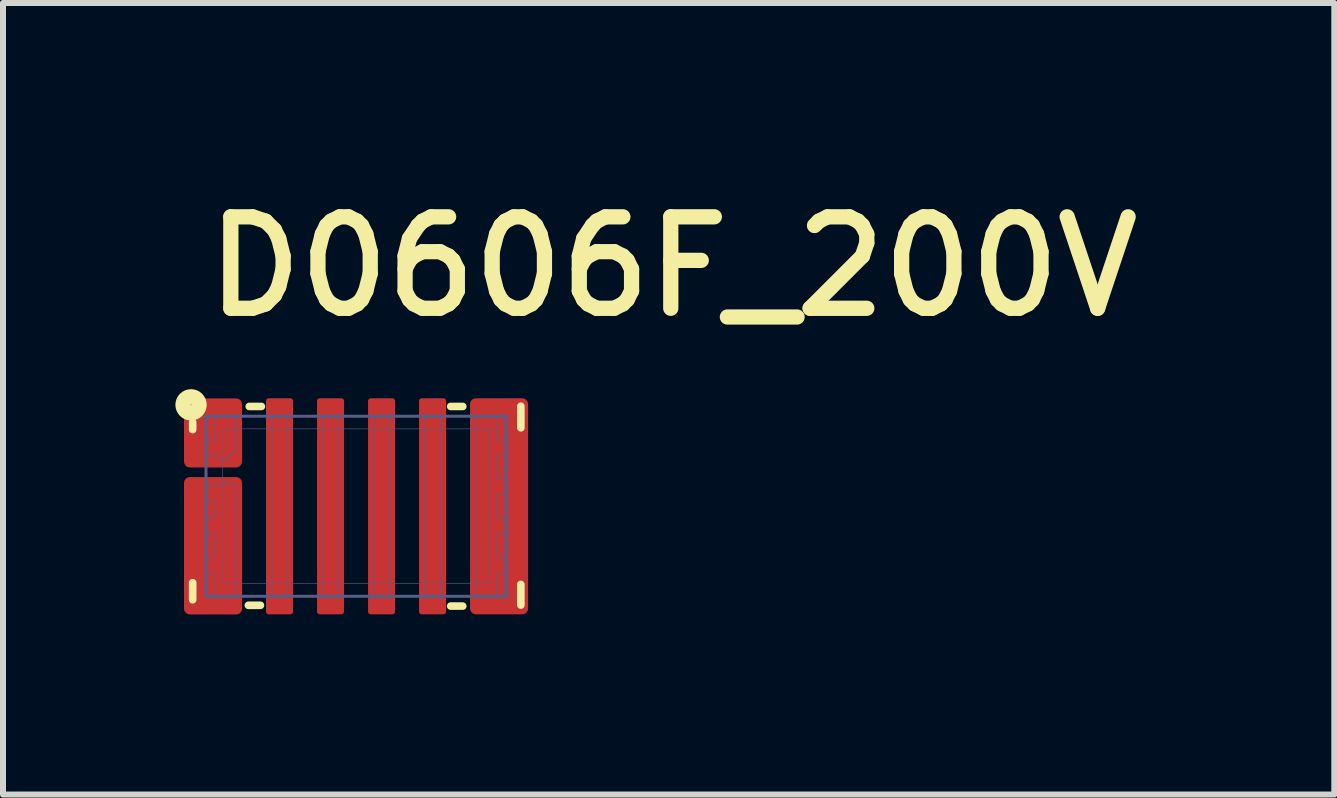
<source format=kicad_pcb>
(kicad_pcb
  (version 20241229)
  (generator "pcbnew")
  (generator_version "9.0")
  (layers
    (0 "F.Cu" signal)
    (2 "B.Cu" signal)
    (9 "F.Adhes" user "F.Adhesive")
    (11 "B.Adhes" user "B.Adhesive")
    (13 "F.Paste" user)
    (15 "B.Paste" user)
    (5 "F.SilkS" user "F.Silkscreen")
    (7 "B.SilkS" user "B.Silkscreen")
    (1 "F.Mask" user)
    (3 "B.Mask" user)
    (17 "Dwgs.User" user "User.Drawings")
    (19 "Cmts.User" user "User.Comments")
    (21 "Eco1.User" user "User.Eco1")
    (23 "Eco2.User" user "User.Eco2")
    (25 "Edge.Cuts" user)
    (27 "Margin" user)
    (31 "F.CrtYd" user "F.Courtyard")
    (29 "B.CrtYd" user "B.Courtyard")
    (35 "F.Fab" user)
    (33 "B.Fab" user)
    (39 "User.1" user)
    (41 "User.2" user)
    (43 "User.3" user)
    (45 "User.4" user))
  (footprint "D0606F_200V"
    (layer "F.Cu")
    (at 2.882 5.385)
    (property "Reference" "D0606F_200V" (at -2.616 -3.099 0) (unlocked yes) (layer "F.SilkS") (effects (font (size 1.524 1.524) (thickness 0.254)) (justify left bottom)))
    (attr smd)
    (fp_poly (pts (xy -2.655 -0.086) (xy -2.062 -0.086) (xy -2.062 -0.364) (xy -2.655 -0.364)) (stroke (width 0.092) (type solid)) (fill yes) (layer "F.Mask"))
    (fp_poly (pts (xy -2.654 -0.836) (xy -2.062 -0.836) (xy -2.062 -1.114) (xy -2.654 -1.114)) (stroke (width 0.092) (type solid)) (fill yes) (layer "F.Mask"))
    (fp_poly (pts (xy -2.654 0.464) (xy -2.062 0.464) (xy -2.062 0.186) (xy -2.654 0.186)) (stroke (width 0.092) (type solid)) (fill yes) (layer "F.Mask"))
    (fp_poly (pts (xy -2.654 1.114) (xy -2.062 1.114) (xy -2.062 0.836) (xy -2.654 0.836)) (stroke (width 0.092) (type solid)) (fill yes) (layer "F.Mask"))
    (fp_poly (pts (xy -2.065 -0.764) (xy -2.065 -1.65) (xy -2.361 -1.65) (xy -2.361 -0.764)) (stroke (width 0.098) (type solid)) (fill yes) (layer "F.Mask"))
    (fp_poly (pts (xy -2.065 1.651) (xy -2.065 -0.326) (xy -2.361 -0.326) (xy -2.361 1.651)) (stroke (width 0.098) (type solid)) (fill yes) (layer "F.Mask"))
    (fp_poly (pts (xy -1.163 1.663) (xy -1.163 -1.663) (xy -1.387 -1.663) (xy -1.387 1.663)) (stroke (width 0.074) (type solid)) (fill yes) (layer "F.Mask"))
    (fp_poly (pts (xy -0.313 1.663) (xy -0.313 -1.663) (xy -0.537 -1.663) (xy -0.537 1.663)) (stroke (width 0.074) (type solid)) (fill yes) (layer "F.Mask"))
    (fp_poly (pts (xy 0.537 1.663) (xy 0.537 -1.663) (xy 0.313 -1.663) (xy 0.313 1.663)) (stroke (width 0.074) (type solid)) (fill yes) (layer "F.Mask"))
    (fp_poly (pts (xy 1.387 1.663) (xy 1.387 -1.663) (xy 1.163 -1.663) (xy 1.163 1.663)) (stroke (width 0.074) (type solid)) (fill yes) (layer "F.Mask"))
    (fp_poly (pts (xy 2.361 1.651) (xy 2.361 -1.651) (xy 2.065 -1.651) (xy 2.065 1.651)) (stroke (width 0.099) (type solid)) (fill yes) (layer "F.Mask"))
    (fp_poly (pts (xy 2.654 -1.114) (xy 2.062 -1.114) (xy 2.062 -0.836) (xy 2.654 -0.836)) (stroke (width 0.092) (type solid)) (fill yes) (layer "F.Mask"))
    (fp_poly (pts (xy 2.654 -0.464) (xy 2.062 -0.464) (xy 2.062 -0.186) (xy 2.654 -0.186)) (stroke (width 0.092) (type solid)) (fill yes) (layer "F.Mask"))
    (fp_poly (pts (xy 2.654 0.186) (xy 2.062 0.186) (xy 2.062 0.464) (xy 2.654 0.464)) (stroke (width 0.092) (type solid)) (fill yes) (layer "F.Mask"))
    (fp_poly (pts (xy 2.654 0.836) (xy 2.062 0.836) (xy 2.062 1.114) (xy 2.654 1.114)) (stroke (width 0.092) (type solid)) (fill yes) (layer "F.Mask"))
    (fp_line (start -2.722 -1.399) (end -2.722 -1.277) (stroke (width 0.127) (type solid)) (layer "F.SilkS"))
    (fp_line (start -2.722 1.558) (end -2.722 1.273) (stroke (width 0.127) (type solid)) (layer "F.SilkS"))
    (fp_line (start -1.794 1.65) (end -1.593 1.65) (stroke (width 0.127) (type solid)) (layer "F.SilkS"))
    (fp_line (start -1.779 -1.663) (end -1.577 -1.663) (stroke (width 0.127) (type solid)) (layer "F.SilkS"))
    (fp_line (start 1.577 -1.663) (end 1.778 -1.663) (stroke (width 0.127) (type solid)) (layer "F.SilkS"))
    (fp_line (start 1.577 1.663) (end 1.778 1.663) (stroke (width 0.127) (type solid)) (layer "F.SilkS"))
    (fp_line (start 2.745 1.302) (end 2.746 1.646) (stroke (width 0.127) (type solid)) (layer "F.SilkS"))
    (fp_line (start 2.746 -1.307) (end 2.746 -1.667) (stroke (width 0.127) (type solid)) (layer "F.SilkS"))
    (fp_circle (center -2.749 -1.69) (end -2.749 -1.697) (stroke (width 0.254) (type solid)) (fill no) (layer "F.SilkS"))
    (fp_poly (pts (xy -2.14 1.355) (xy -2.14 -0.155) (xy -2.41 -0.155) (xy -2.41 1.355)) (stroke (width 0.27) (type solid)) (fill yes) (layer "F.Paste"))
    (fp_poly (pts (xy -2.125 -0.99) (xy -2.125 -1.41) (xy -2.425 -1.41) (xy -2.425 -0.99)) (stroke (width 0.3) (type solid)) (fill yes) (layer "F.Paste"))
    (fp_poly (pts (xy -1.21 -0.215) (xy -1.21 -1.485) (xy -1.34 -1.485) (xy -1.34 -0.215)) (stroke (width 0.13) (type solid)) (fill yes) (layer "F.Paste"))
    (fp_poly (pts (xy -1.21 1.485) (xy -1.21 0.215) (xy -1.34 0.215) (xy -1.34 1.485)) (stroke (width 0.13) (type solid)) (fill yes) (layer "F.Paste"))
    (fp_poly (pts (xy -0.36 -0.215) (xy -0.36 -1.485) (xy -0.49 -1.485) (xy -0.49 -0.215)) (stroke (width 0.13) (type solid)) (fill yes) (layer "F.Paste"))
    (fp_poly (pts (xy -0.36 1.485) (xy -0.36 0.215) (xy -0.49 0.215) (xy -0.49 1.485)) (stroke (width 0.13) (type solid)) (fill yes) (layer "F.Paste"))
    (fp_poly (pts (xy 0.36 -1.485) (xy 0.36 -0.215) (xy 0.49 -0.215) (xy 0.49 -1.485)) (stroke (width 0.13) (type solid)) (fill yes) (layer "F.Paste"))
    (fp_poly (pts (xy 0.36 0.215) (xy 0.36 1.485) (xy 0.49 1.485) (xy 0.49 0.215)) (stroke (width 0.13) (type solid)) (fill yes) (layer "F.Paste"))
    (fp_poly (pts (xy 1.21 -1.485) (xy 1.21 -0.215) (xy 1.34 -0.215) (xy 1.34 -1.485)) (stroke (width 0.13) (type solid)) (fill yes) (layer "F.Paste"))
    (fp_poly (pts (xy 1.21 0.215) (xy 1.21 1.485) (xy 1.34 1.485) (xy 1.34 0.215)) (stroke (width 0.13) (type solid)) (fill yes) (layer "F.Paste"))
    (fp_poly (pts (xy 2.425 -0.285) (xy 2.425 -1.415) (xy 2.155 -1.415) (xy 2.155 -0.285)) (stroke (width 0.27) (type solid)) (fill yes) (layer "F.Paste"))
    (fp_poly (pts (xy 2.425 1.415) (xy 2.425 0.285) (xy 2.155 0.285) (xy 2.155 1.415)) (stroke (width 0.27) (type solid)) (fill yes) (layer "F.Paste"))
    (fp_line (start -2.5 -1.5) (end 2.5 -1.5) (stroke (width 0.05) (type solid)) (layer "B.Fab"))
    (fp_line (start -2.5 -1.085) (end -2.4 -1.085) (stroke (width 0.013) (type solid)) (layer "B.Fab"))
    (fp_line (start -2.5 -0.865) (end -2.5 -1.085) (stroke (width 0.013) (type solid)) (layer "B.Fab"))
    (fp_line (start -2.5 -0.865) (end -2.349 -0.865) (stroke (width 0.013) (type solid)) (layer "B.Fab"))
    (fp_line (start -2.5 0.2) (end -2.4 0.2) (stroke (width 0.013) (type solid)) (layer "B.Fab"))
    (fp_line (start -2.5 0.45) (end -2.5 0.2) (stroke (width 0.013) (type solid)) (layer "B.Fab"))
    (fp_line (start -2.5 0.45) (end -2.4 0.45) (stroke (width 0.013) (type solid)) (layer "B.Fab"))
    (fp_line (start -2.5 0.85) (end -2.4 0.85) (stroke (width 0.013) (type solid)) (layer "B.Fab"))
    (fp_line (start -2.5 1.1) (end -2.5 0.85) (stroke (width 0.013) (type solid)) (layer "B.Fab"))
    (fp_line (start -2.5 1.1) (end -2.4 1.1) (stroke (width 0.013) (type solid)) (layer "B.Fab"))
    (fp_line (start -2.5 1.5) (end -2.5 -1.5) (stroke (width 0.05) (type solid)) (layer "B.Fab"))
    (fp_line (start -2.5 1.5) (end 2.5 1.5) (stroke (width 0.05) (type solid)) (layer "B.Fab"))
    (fp_line (start -2.5 -0.35) (end -2.316 -0.35) (stroke (width 0.013) (type solid)) (layer "B.Fab"))
    (fp_line (start -2.5 -0.1) (end -2.5 -0.35) (stroke (width 0.013) (type solid)) (layer "B.Fab"))
    (fp_line (start -2.5 -0.1) (end -2.4 -0.1) (stroke (width 0.013) (type solid)) (layer "B.Fab"))
    (fp_line (start -2.35 -1.5) (end -2 -1.5) (stroke (width 0.013) (type solid)) (layer "B.Fab"))
    (fp_line (start -2.35 -1.135) (end -2.35 -1.5) (stroke (width 0.013) (type solid)) (layer "B.Fab"))
    (fp_line (start -2.35 0.15) (end -2.35 -0.05) (stroke (width 0.013) (type solid)) (layer "B.Fab"))
    (fp_line (start -2.35 0.8) (end -2.35 0.5) (stroke (width 0.013) (type solid)) (layer "B.Fab"))
    (fp_line (start -2.35 1.5) (end -2.35 1.15) (stroke (width 0.013) (type solid)) (layer "B.Fab"))
    (fp_line (start -2.35 1.5) (end -2 1.5) (stroke (width 0.013) (type solid)) (layer "B.Fab"))
    (fp_line (start -2.325 -1.5) (end -2.025 -1.5) (stroke (width 0.013) (type solid)) (layer "B.Fab"))
    (fp_line (start -2.325 1.5) (end -2.025 1.5) (stroke (width 0.013) (type solid)) (layer "B.Fab"))
    (fp_line (start -2.325 1.5) (end -2.025 1.5) (stroke (width 0.013) (type solid)) (layer "B.Fab"))
    (fp_line (start -2.25 -0.775) (end -2.165 -0.775) (stroke (width 0.013) (type solid)) (layer "B.Fab"))
    (fp_line (start -2.25 -0.375) (end -2.1 -0.375) (stroke (width 0.013) (type solid)) (layer "B.Fab"))
    (fp_line (start -2.235 -0.375) (end -2.115 -0.375) (stroke (width 0.013) (type solid)) (layer "B.Fab"))
    (fp_line (start -2.225 -1.29) (end 2.225 -1.29) (stroke (width 0.01) (type solid)) (layer "B.Fab"))
    (fp_line (start -2.225 1.29) (end -2.225 -1.29) (stroke (width 0.01) (type solid)) (layer "B.Fab"))
    (fp_line (start -2.225 1.29) (end 2.225 1.29) (stroke (width 0.01) (type solid)) (layer "B.Fab"))
    (fp_line (start -2.165 -0.775) (end -2 -0.94) (stroke (width 0.013) (type solid)) (layer "B.Fab"))
    (fp_line (start -2 -0.94) (end -2 -1.5) (stroke (width 0.013) (type solid)) (layer "B.Fab"))
    (fp_line (start -2 1.5) (end -2 -0.275) (stroke (width 0.013) (type solid)) (layer "B.Fab"))
    (fp_line (start -1.4 -1.5) (end -1.15 -1.5) (stroke (width 0.013) (type solid)) (layer "B.Fab"))
    (fp_line (start -1.4 1.5) (end -1.4 -1.5) (stroke (width 0.013) (type solid)) (layer "B.Fab"))
    (fp_line (start -1.4 1.5) (end -1.15 1.5) (stroke (width 0.013) (type solid)) (layer "B.Fab"))
    (fp_line (start -1.15 1.5) (end -1.15 -1.5) (stroke (width 0.013) (type solid)) (layer "B.Fab"))
    (fp_line (start -0.55 -1.5) (end -0.3 -1.5) (stroke (width 0.013) (type solid)) (layer "B.Fab"))
    (fp_line (start -0.55 1.5) (end -0.55 -1.5) (stroke (width 0.013) (type solid)) (layer "B.Fab"))
    (fp_line (start -0.55 1.5) (end -0.3 1.5) (stroke (width 0.013) (type solid)) (layer "B.Fab"))
    (fp_line (start -0.3 1.5) (end -0.3 -1.5) (stroke (width 0.013) (type solid)) (layer "B.Fab"))
    (fp_line (start 0.3 -1.5) (end 0.55 -1.5) (stroke (width 0.013) (type solid)) (layer "B.Fab"))
    (fp_line (start 0.3 1.5) (end 0.3 -1.5) (stroke (width 0.013) (type solid)) (layer "B.Fab"))
    (fp_line (start 0.3 1.5) (end 0.55 1.5) (stroke (width 0.013) (type solid)) (layer "B.Fab"))
    (fp_line (start 0.55 1.5) (end 0.55 -1.5) (stroke (width 0.013) (type solid)) (layer "B.Fab"))
    (fp_line (start 1.15 -1.5) (end 1.4 -1.5) (stroke (width 0.013) (type solid)) (layer "B.Fab"))
    (fp_line (start 1.15 1.5) (end 1.15 -1.5) (stroke (width 0.013) (type solid)) (layer "B.Fab"))
    (fp_line (start 1.15 1.5) (end 1.4 1.5) (stroke (width 0.013) (type solid)) (layer "B.Fab"))
    (fp_line (start 1.4 1.5) (end 1.4 -1.5) (stroke (width 0.013) (type solid)) (layer "B.Fab"))
    (fp_line (start 2 -1.5) (end 2.35 -1.5) (stroke (width 0.013) (type solid)) (layer "B.Fab"))
    (fp_line (start 2 1.5) (end 2 -1.5) (stroke (width 0.013) (type solid)) (layer "B.Fab"))
    (fp_line (start 2 1.5) (end 2.35 1.5) (stroke (width 0.013) (type solid)) (layer "B.Fab"))
    (fp_line (start 2.225 1.29) (end 2.225 -1.29) (stroke (width 0.01) (type solid)) (layer "B.Fab"))
    (fp_line (start 2.35 -1.135) (end 2.35 -1.5) (stroke (width 0.013) (type solid)) (layer "B.Fab"))
    (fp_line (start 2.35 -0.485) (end 2.35 -0.815) (stroke (width 0.013) (type solid)) (layer "B.Fab"))
    (fp_line (start 2.35 0.165) (end 2.35 -0.165) (stroke (width 0.013) (type solid)) (layer "B.Fab"))
    (fp_line (start 2.35 0.815) (end 2.35 0.485) (stroke (width 0.013) (type solid)) (layer "B.Fab"))
    (fp_line (start 2.35 1.5) (end 2.35 1.135) (stroke (width 0.013) (type solid)) (layer "B.Fab"))
    (fp_line (start 2.385 -1.1) (end 2.5 -1.1) (stroke (width 0.013) (type solid)) (layer "B.Fab"))
    (fp_line (start 2.385 -0.85) (end 2.5 -0.85) (stroke (width 0.013) (type solid)) (layer "B.Fab"))
    (fp_line (start 2.385 -0.45) (end 2.5 -0.45) (stroke (width 0.013) (type solid)) (layer "B.Fab"))
    (fp_line (start 2.385 -0.2) (end 2.5 -0.2) (stroke (width 0.013) (type solid)) (layer "B.Fab"))
    (fp_line (start 2.385 0.2) (end 2.5 0.2) (stroke (width 0.013) (type solid)) (layer "B.Fab"))
    (fp_line (start 2.385 0.45) (end 2.5 0.45) (stroke (width 0.013) (type solid)) (layer "B.Fab"))
    (fp_line (start 2.385 0.85) (end 2.5 0.85) (stroke (width 0.013) (type solid)) (layer "B.Fab"))
    (fp_line (start 2.385 1.1) (end 2.5 1.1) (stroke (width 0.013) (type solid)) (layer "B.Fab"))
    (fp_line (start 2.5 -0.85) (end 2.5 -1.1) (stroke (width 0.013) (type solid)) (layer "B.Fab"))
    (fp_line (start 2.5 -0.2) (end 2.5 -0.45) (stroke (width 0.013) (type solid)) (layer "B.Fab"))
    (fp_line (start 2.5 0.45) (end 2.5 0.2) (stroke (width 0.013) (type solid)) (layer "B.Fab"))
    (fp_line (start 2.5 1.1) (end 2.5 0.85) (stroke (width 0.013) (type solid)) (layer "B.Fab"))
    (fp_line (start 2.5 1.5) (end 2.5 -1.5) (stroke (width 0.05) (type solid)) (layer "B.Fab"))
    (fp_arc (start -2.4 -0.1) (mid -2.364645 -0.085355) (end -2.35 -0.05) (stroke (width 0.0127) (type solid)) (layer "B.Fab"))
    (fp_arc (start -2.4 0.45) (mid -2.364645 0.464645) (end -2.35 0.5) (stroke (width 0.0127) (type solid)) (layer "B.Fab"))
    (fp_arc (start -2.4 1.1) (mid -2.364645 1.114645) (end -2.35 1.15) (stroke (width 0.0127) (type solid)) (layer "B.Fab"))
    (fp_arc (start -2.35 -1.135) (mid -2.364645 -1.099645) (end -2.4 -1.085) (stroke (width 0.0127) (type solid)) (layer "B.Fab"))
    (fp_arc (start -2.35 0.15) (mid -2.364645 0.185355) (end -2.4 0.2) (stroke (width 0.0127) (type solid)) (layer "B.Fab"))
    (fp_arc (start -2.35 0.8) (mid -2.364645 0.835355) (end -2.4 0.85) (stroke (width 0.0127) (type solid)) (layer "B.Fab"))
    (fp_arc (start -2.316144 -0.349999) (mid -2.285355 -0.368541) (end -2.249999 -0.375) (stroke (width 0.0127) (type solid)) (layer "B.Fab"))
    (fp_arc (start -2.250001 -0.775) (mid -2.317083 -0.800839) (end -2.349499 -0.865001) (stroke (width 0.0127) (type solid)) (layer "B.Fab"))
    (fp_arc (start -2.1 -0.375) (mid -2.029289 -0.345711) (end -2 -0.275) (stroke (width 0.0127) (type solid)) (layer "B.Fab"))
    (fp_arc (start 2.35 -0.814999) (mid 2.360251 -0.839748) (end 2.384999 -0.85) (stroke (width 0.0127) (type solid)) (layer "B.Fab"))
    (fp_arc (start 2.35 -0.165) (mid 2.360251 -0.189749) (end 2.385 -0.2) (stroke (width 0.0127) (type solid)) (layer "B.Fab"))
    (fp_arc (start 2.35 0.484999) (mid 2.360251 0.46025) (end 2.384999 0.449998) (stroke (width 0.0127) (type solid)) (layer "B.Fab"))
    (fp_arc (start 2.35 1.135) (mid 2.360251 1.110251) (end 2.385 1.1) (stroke (width 0.0127) (type solid)) (layer "B.Fab"))
    (fp_arc (start 2.384999 -0.449998) (mid 2.360251 -0.46025) (end 2.35 -0.484999) (stroke (width 0.0127) (type solid)) (layer "B.Fab"))
    (fp_arc (start 2.384999 0.85) (mid 2.360251 0.839748) (end 2.35 0.814999) (stroke (width 0.0127) (type solid)) (layer "B.Fab"))
    (fp_arc (start 2.385 -1.1) (mid 2.360251 -1.110251) (end 2.35 -1.135) (stroke (width 0.0127) (type solid)) (layer "B.Fab"))
    (fp_arc (start 2.385 0.2) (mid 2.360251 0.189749) (end 2.35 0.165) (stroke (width 0.0127) (type solid)) (layer "B.Fab"))
    (pad "1" smd roundrect (at -2.383 -1.222) (size 0.967 1.15) (layers "F.Cu" "F.Mask" "F.Paste") (roundrect_rratio 0.1))
    (pad "2" smd roundrect (at -2.383 0.658) (size 0.967 2.29) (layers "F.Cu" "F.Mask" "F.Paste") (roundrect_rratio 0.1))
    (pad "3" smd roundrect (at -1.275 0) (size 0.45 3.6) (layers "F.Cu" "F.Mask" "F.Paste") (roundrect_rratio 0.1))
    (pad "4" smd roundrect (at -0.425 0) (size 0.45 3.6) (layers "F.Cu" "F.Mask" "F.Paste") (roundrect_rratio 0.1))
    (pad "5" smd roundrect (at 0.425 0) (size 0.45 3.6) (layers "F.Cu" "F.Mask" "F.Paste") (roundrect_rratio 0.1))
    (pad "6" smd roundrect (at 1.275 0) (size 0.45 3.6) (layers "F.Cu" "F.Mask" "F.Paste") (roundrect_rratio 0.1))
    (pad "7" smd roundrect (at 2.383 0) (size 0.967 3.6) (layers "F.Cu" "F.Mask" "F.Paste") (roundrect_rratio 0.1)))
  (gr_rect
    (start -3 -3)
    (end 19.181 10.188)
    (stroke (width 0.1) (type default))
    (fill no)
    (layer "Edge.Cuts")))
</source>
